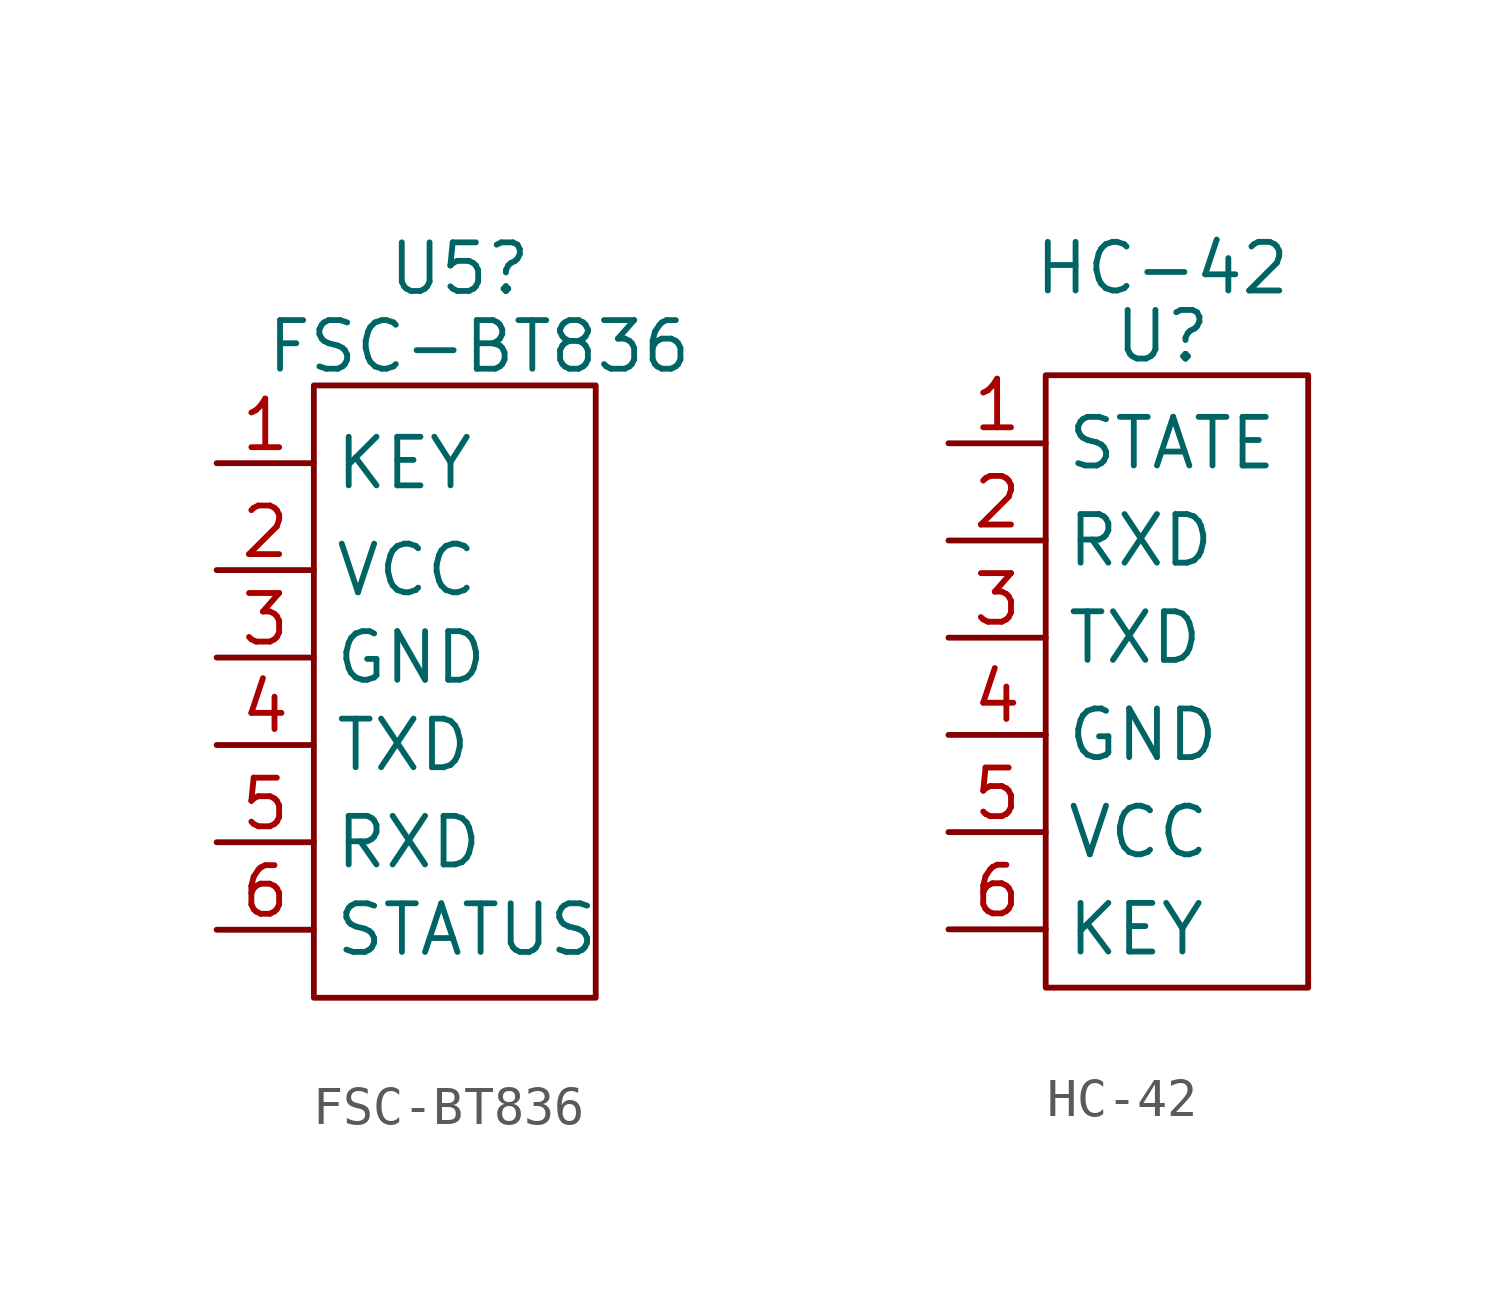
<source format=kicad_sym>
(kicad_symbol_lib
  (version 20211014)
  (generator kicad_symbol_editor)
  (symbol "FSC-BT836"
    (property "Reference" "U5"
      (at 0.254 2.794 0)
      (effects (font (size 1.27 1.27))))
    (property "Value" "FSC-BT836"
      (at 0.762 0.762 0)
      (effects (font (size 1.27 1.27))))
    (symbol "FSC-BT836_0_1"
      (rectangle (start -3.556 -0.254) (end 3.81 -16.256) (stroke (width 0) (type default) (color 0 0 0 0)) (fill (type none))))
    (symbol "FSC-BT836_1_1"
      (pin input line (at -6.096 -2.286 0) (length 2.54) (name "KEY" (effects (font (size 1.27 1.27)))) (number "1" (effects (font (size 1.27 1.27)))))
      (pin passive line (at -6.096 -5.08 0) (length 2.54) (name "VCC" (effects (font (size 1.27 1.27)))) (number "2" (effects (font (size 1.27 1.27)))))
      (pin passive line (at -6.096 -7.366 0) (length 2.54) (name "GND" (effects (font (size 1.27 1.27)))) (number "3" (effects (font (size 1.27 1.27)))))
      (pin output line (at -6.096 -9.652 0) (length 2.54) (name "TXD" (effects (font (size 1.27 1.27)))) (number "4" (effects (font (size 1.27 1.27)))))
      (pin input line (at -6.096 -12.192 0) (length 2.54) (name "RXD" (effects (font (size 1.27 1.27)))) (number "5" (effects (font (size 1.27 1.27)))))
      (pin output line (at -6.096 -14.478 0) (length 2.54) (name "STATUS" (effects (font (size 1.27 1.27)))) (number "6" (effects (font (size 1.27 1.27)))))))
  (symbol "HC-42"
    (property "Reference" "U"
      (at 0 8.89 0)
      (effects (font (size 1.27 1.27))))
    (property "Value" "HC-42"
      (at 0 10.668 0)
      (effects (font (size 1.27 1.27))))
    (symbol "HC-42_0_0"
      (pin output line (at -5.588 6.096 0) (length 2.54) (name "STATE" (effects (font (size 1.27 1.27)))) (number "1" (effects (font (size 1.27 1.27)))))
      (pin input line (at -5.588 3.556 0) (length 2.54) (name "RXD" (effects (font (size 1.27 1.27)))) (number "2" (effects (font (size 1.27 1.27)))))
      (pin output line (at -5.588 1.016 0) (length 2.54) (name "TXD" (effects (font (size 1.27 1.27)))) (number "3" (effects (font (size 1.27 1.27)))))
      (pin passive line (at -5.588 -1.524 0) (length 2.54) (name "GND" (effects (font (size 1.27 1.27)))) (number "4" (effects (font (size 1.27 1.27)))))
      (pin passive line (at -5.588 -4.064 0) (length 2.54) (name "VCC" (effects (font (size 1.27 1.27)))) (number "5" (effects (font (size 1.27 1.27)))))
      (pin input line (at -5.588 -6.604 0) (length 2.54) (name "KEY" (effects (font (size 1.27 1.27)))) (number "6" (effects (font (size 1.27 1.27))))))
    (symbol "HC-42_0_1"
      (rectangle (start -3.048 7.874) (end 3.81 -8.128) (stroke (width 0.152) (type default) (color 0 0 0 0)) (fill (type none))))))
</source>
